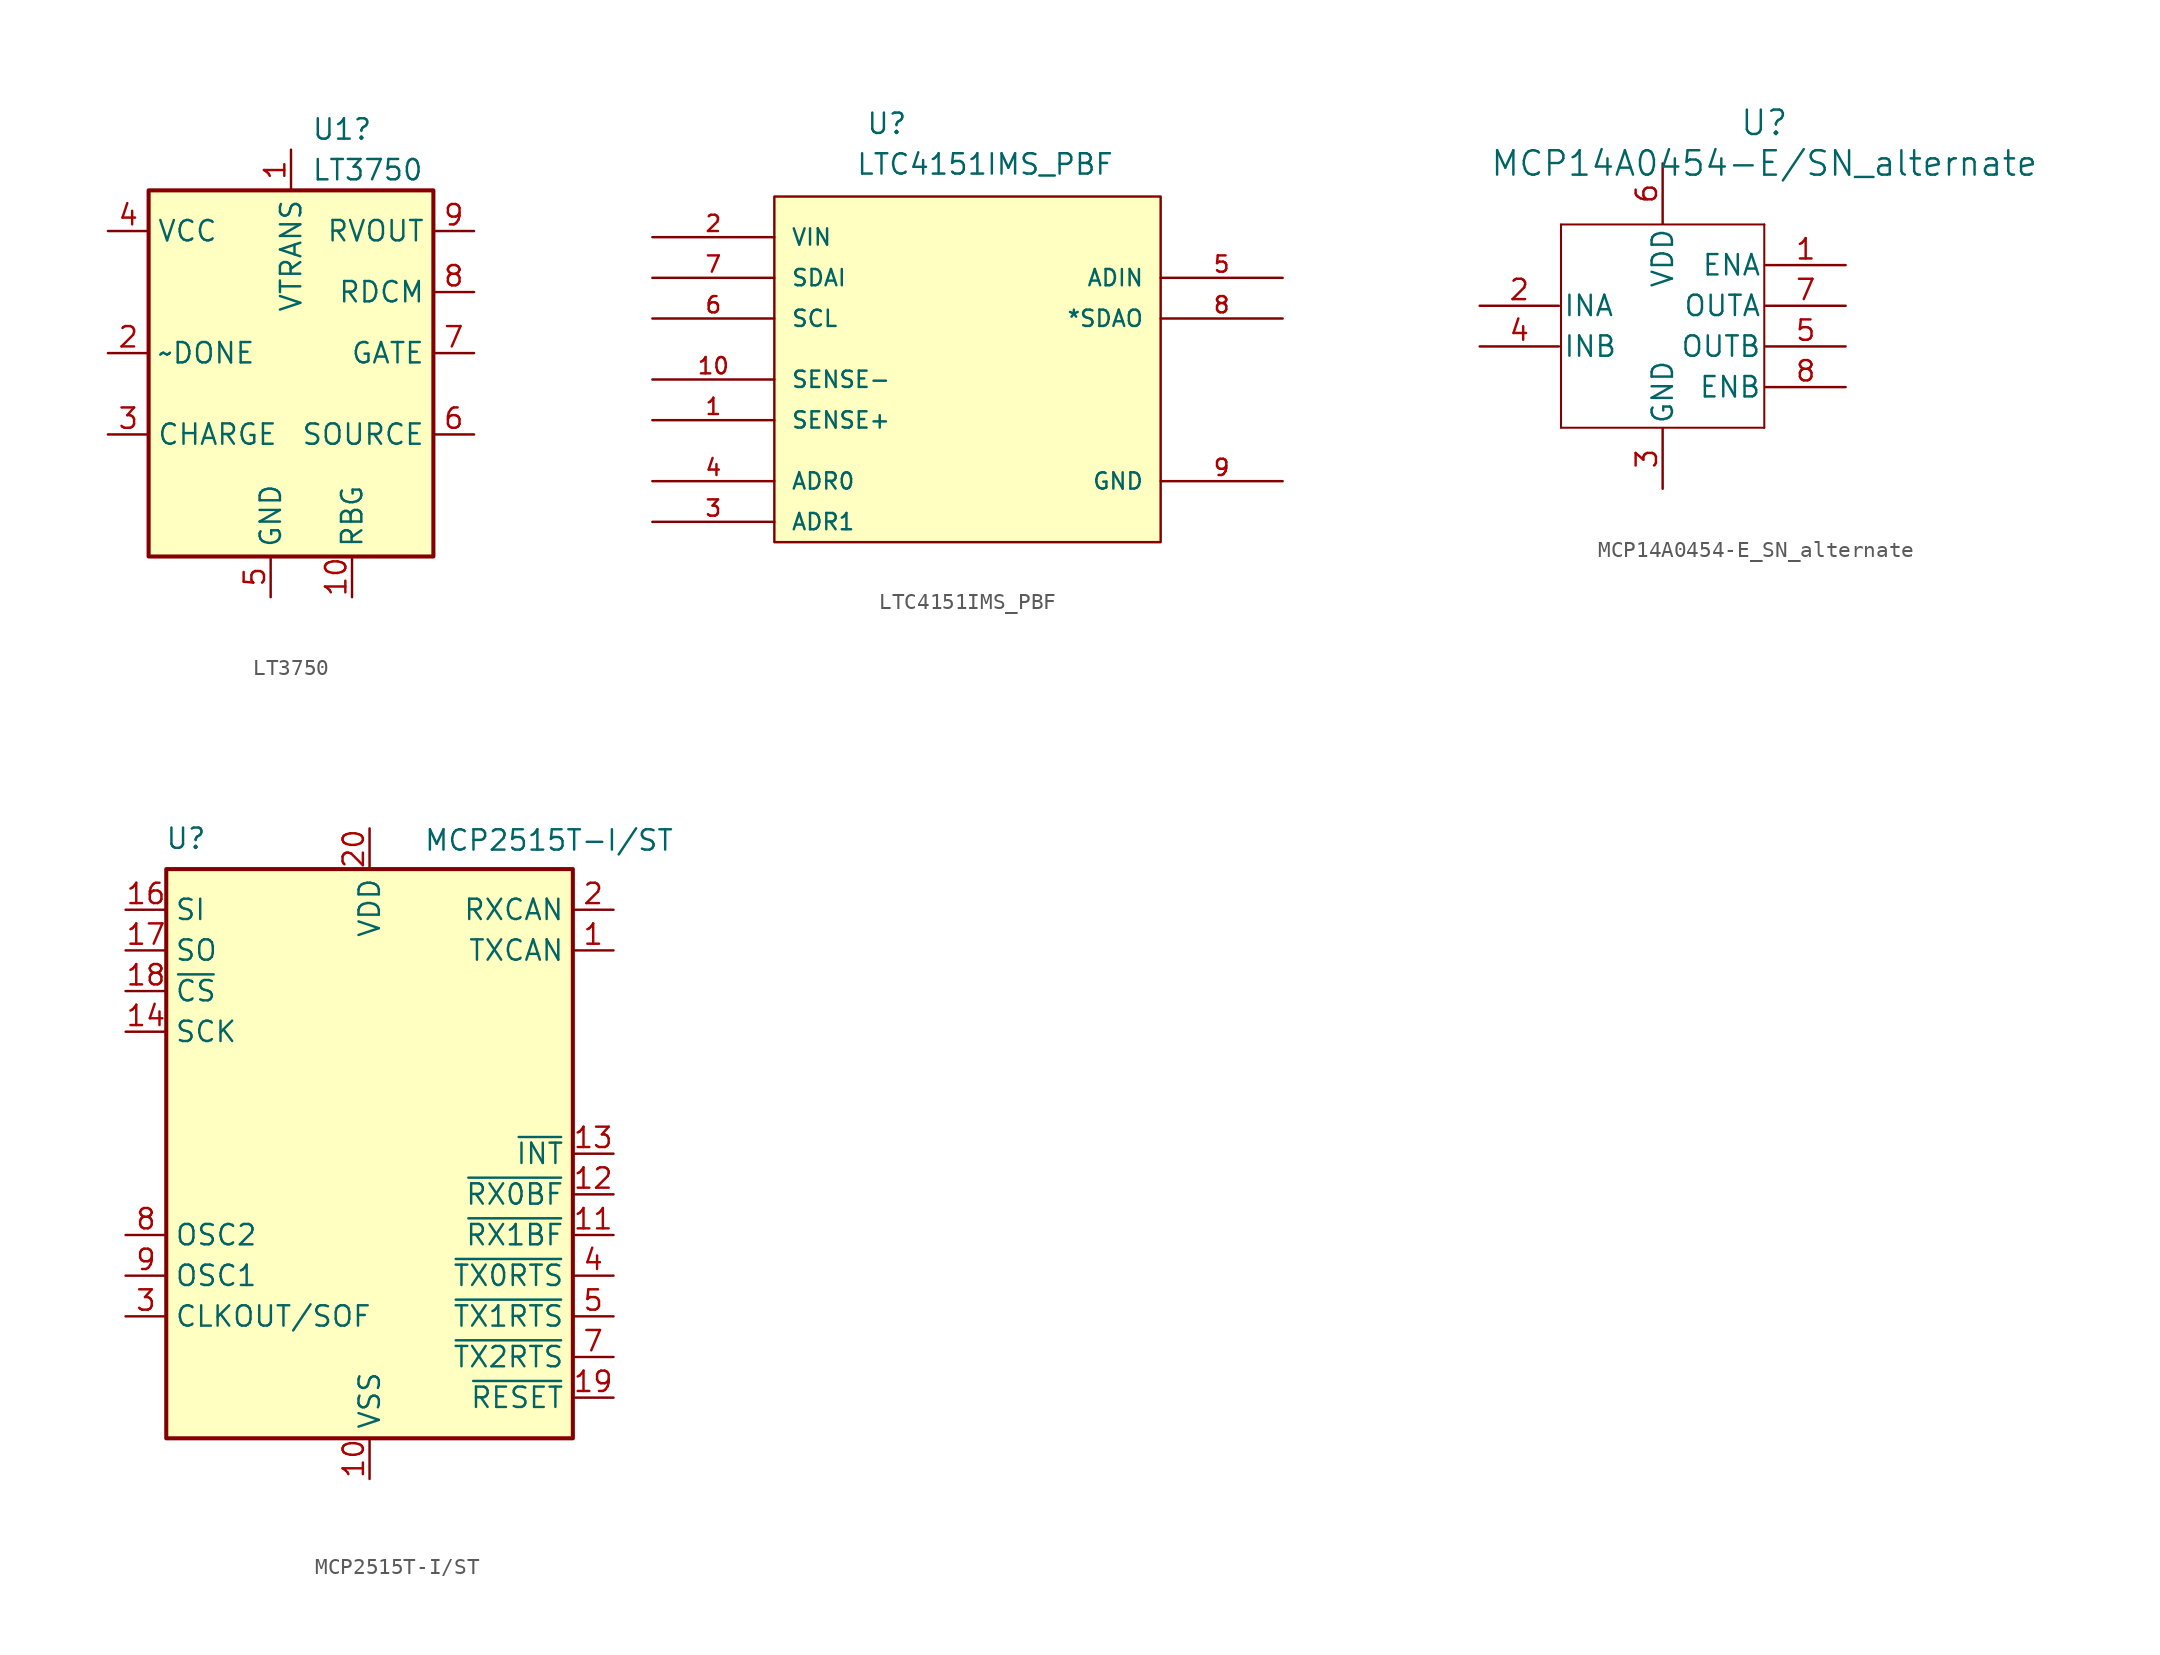
<source format=kicad_sym>
(kicad_symbol_lib
  (version 20241209)
  (generator "kicad_symbol_editor")
  (generator_version "9.0")
  (symbol "LT3750"
    (property "Reference" "U1"
      (at 2.54 13.97 0)
      (effects (font (size 1.27 1.27)) (justify left)))
    (property "Value" "LT3750"
      (at 2.54 11.43 0)
      (effects (font (size 1.27 1.27)) (justify left)))
    (symbol "LT3750_0_1"
      (rectangle (start -7.62 10.16) (end 10.16 -12.7) (stroke (width 0.254) (type default)) (fill (type background))))
    (symbol "LT3750_1_1"
      (pin power_in line (at -10.16 7.62 0) (length 2.54) (name "VCC" (effects (font (size 1.27 1.27)))) (number "4" (effects (font (size 1.27 1.27)))))
      (pin input line (at -10.16 0 0) (length 2.54) (name "~DONE" (effects (font (size 1.27 1.27)))) (number "2" (effects (font (size 1.27 1.27)))))
      (pin input line (at -10.16 -5.08 0) (length 2.54) (name "CHARGE" (effects (font (size 1.27 1.27)))) (number "3" (effects (font (size 1.27 1.27)))))
      (pin power_in line (at 0 -15.24 90) (length 2.54) (name "GND" (effects (font (size 1.27 1.27)))) (number "5" (effects (font (size 1.27 1.27)))))
      (pin output line (at 1.27 12.7 270) (length 2.54) (name "VTRANS" (effects (font (size 1.27 1.27)))) (number "1" (effects (font (size 1.27 1.27)))))
      (pin input line (at 5.08 -15.24 90) (length 2.54) (name "RBG" (effects (font (size 1.27 1.27)))) (number "10" (effects (font (size 1.27 1.27)))))
      (pin input line (at 12.7 7.62 180) (length 2.54) (name "RVOUT" (effects (font (size 1.27 1.27)))) (number "9" (effects (font (size 1.27 1.27)))))
      (pin input line (at 12.7 3.81 180) (length 2.54) (name "RDCM" (effects (font (size 1.27 1.27)))) (number "8" (effects (font (size 1.27 1.27)))))
      (pin output line (at 12.7 0 180) (length 2.54) (name "GATE" (effects (font (size 1.27 1.27)))) (number "7" (effects (font (size 1.27 1.27)))))
      (pin input line (at 12.7 -5.08 180) (length 2.54) (name "SOURCE" (effects (font (size 1.27 1.27)))) (number "6" (effects (font (size 1.27 1.27)))))))
  (symbol "LTC4151IMS_PBF"
    (pin_names
      (offset 1.016))
    (property "Reference" "U"
      (at -5.715 13.97 0)
      (effects (font (size 1.27 1.27)) (justify left bottom)))
    (property "Value" "LTC4151IMS_PBF"
      (at -6.35 11.43 0)
      (effects (font (size 1.27 1.27)) (justify left bottom)))
    (symbol "LTC4151IMS_PBF_0_0"
      (rectangle (start -11.43 10.16) (end 12.7 -11.43) (stroke (width 0.152) (type default)) (fill (type background)))
      (pin input line (at -19.05 7.62 0) (length 7.62) (name "VIN" (effects (font (size 1.016 1.016)))) (number "2" (effects (font (size 1.016 1.016)))))
      (pin input line (at -19.05 5.08 0) (length 7.62) (name "SDAI" (effects (font (size 1.016 1.016)))) (number "7" (effects (font (size 1.016 1.016)))))
      (pin input line (at -19.05 2.54 0) (length 7.62) (name "SCL" (effects (font (size 1.016 1.016)))) (number "6" (effects (font (size 1.016 1.016)))))
      (pin passive line (at -19.05 -1.27 0) (length 7.62) (name "SENSE-" (effects (font (size 1.016 1.016)))) (number "10" (effects (font (size 1.016 1.016)))))
      (pin passive line (at -19.05 -3.81 0) (length 7.62) (name "SENSE+" (effects (font (size 1.016 1.016)))) (number "1" (effects (font (size 1.016 1.016)))))
      (pin input line (at -19.05 -7.62 0) (length 7.62) (name "ADR0" (effects (font (size 1.016 1.016)))) (number "4" (effects (font (size 1.016 1.016)))))
      (pin input line (at -19.05 -10.16 0) (length 7.62) (name "ADR1" (effects (font (size 1.016 1.016)))) (number "3" (effects (font (size 1.016 1.016)))))
      (pin input line (at 20.32 5.08 180) (length 7.62) (name "ADIN" (effects (font (size 1.016 1.016)))) (number "5" (effects (font (size 1.016 1.016)))))
      (pin output line (at 20.32 2.54 180) (length 7.62) (name "*SDAO" (effects (font (size 1.016 1.016)))) (number "8" (effects (font (size 1.016 1.016)))))
      (pin power_in line (at 20.32 -7.62 180) (length 7.62) (name "GND" (effects (font (size 1.016 1.016)))) (number "9" (effects (font (size 1.016 1.016)))))))
  (symbol "MCP14A0454-E_SN_alternate"
    (pin_names
      (offset 0.254))
    (property "Reference" "U"
      (at 20.32 10.16 0)
      (effects (font (size 1.524 1.524))))
    (property "Value" "MCP14A0454-E/SN_alternate"
      (at 20.32 7.62 0)
      (effects (font (size 1.524 1.524))))
    (symbol "MCP14A0454-E_SN_alternate_0_1"
      (polyline (pts (xy 7.62 3.81) (xy 7.62 -8.89)) (stroke (width 0.127) (type default)) (fill (type none)))
      (polyline (pts (xy 7.62 -8.89) (xy 20.32 -8.89)) (stroke (width 0.127) (type default)) (fill (type none)))
      (polyline (pts (xy 20.32 3.81) (xy 7.62 3.81)) (stroke (width 0.127) (type default)) (fill (type none)))
      (polyline (pts (xy 20.32 -8.89) (xy 20.32 3.81)) (stroke (width 0.127) (type default)) (fill (type none))))
    (symbol "MCP14A0454-E_SN_alternate_1_1"
      (pin input line (at 2.54 -1.27 0) (length 4.95) (name "INA" (effects (font (size 1.27 1.27)))) (number "2" (effects (font (size 1.27 1.27)))))
      (pin input line (at 2.54 -3.81 0) (length 4.95) (name "INB" (effects (font (size 1.27 1.27)))) (number "4" (effects (font (size 1.27 1.27)))))
      (pin power_in line (at 13.97 7.62 270) (length 3.75) (name "VDD" (effects (font (size 1.27 1.27)))) (number "6" (effects (font (size 1.27 1.27)))))
      (pin power_out line (at 13.97 -12.7 90) (length 3.75) (name "GND" (effects (font (size 1.27 1.27)))) (number "3" (effects (font (size 1.27 1.27)))))
      (pin input line (at 25.4 1.27 180) (length 4.99) (name "ENA" (effects (font (size 1.27 1.27)))) (number "1" (effects (font (size 1.27 1.27)))))
      (pin output line (at 25.4 -1.27 180) (length 4.99) (name "OUTA" (effects (font (size 1.27 1.27)))) (number "7" (effects (font (size 1.27 1.27)))))
      (pin output line (at 25.4 -3.81 180) (length 4.99) (name "OUTB" (effects (font (size 1.27 1.27)))) (number "5" (effects (font (size 1.27 1.27)))))
      (pin input line (at 25.4 -6.35 180) (length 4.99) (name "ENB" (effects (font (size 1.27 1.27)))) (number "8" (effects (font (size 1.27 1.27)))))))
  (symbol "MCP2515T-I/ST"
    (property "Reference" "U"
      (at -10.16 19.685 0)
      (effects (font (size 1.27 1.27)) (justify right)))
    (property "Value" "MCP2515T-I/ST"
      (at 19.05 20.32 0)
      (effects (font (size 1.27 1.27)) (justify right top)))
    (symbol "MCP2515T-I/ST_0_1"
      (rectangle (start -12.7 17.78) (end 12.7 -17.78) (stroke (width 0.254) (type default)) (fill (type background))))
    (symbol "MCP2515T-I/ST_1_1"
      (pin input line (at -15.24 15.24 0) (length 2.54) (name "SI" (effects (font (size 1.27 1.27)))) (number "16" (effects (font (size 1.27 1.27)))))
      (pin output line (at -15.24 12.7 0) (length 2.54) (name "SO" (effects (font (size 1.27 1.27)))) (number "17" (effects (font (size 1.27 1.27)))))
      (pin input line (at -15.24 10.16 0) (length 2.54) (name "~{CS}" (effects (font (size 1.27 1.27)))) (number "18" (effects (font (size 1.27 1.27)))))
      (pin input line (at -15.24 7.62 0) (length 2.54) (name "SCK" (effects (font (size 1.27 1.27)))) (number "14" (effects (font (size 1.27 1.27)))))
      (pin output line (at -15.24 -5.08 0) (length 2.54) (name "OSC2" (effects (font (size 1.27 1.27)))) (number "8" (effects (font (size 1.27 1.27)))))
      (pin input line (at -15.24 -7.62 0) (length 2.54) (name "OSC1" (effects (font (size 1.27 1.27)))) (number "9" (effects (font (size 1.27 1.27)))))
      (pin output line (at -15.24 -10.16 0) (length 2.54) (name "CLKOUT/SOF" (effects (font (size 1.27 1.27)))) (number "3" (effects (font (size 1.27 1.27)))))
      (pin no_connect line (at -12.7 0 0) (length 2.54) (hide yes) (name "NC" (effects (font (size 1.27 1.27)))) (number "6" (effects (font (size 1.27 1.27)))))
      (pin no_connect line (at -12.7 -2.54 0) (length 2.54) (hide yes) (name "NC" (effects (font (size 1.27 1.27)))) (number "15" (effects (font (size 1.27 1.27)))))
      (pin power_in line (at 0 20.32 270) (length 2.54) (name "VDD" (effects (font (size 1.27 1.27)))) (number "20" (effects (font (size 1.27 1.27)))))
      (pin power_in line (at 0 -20.32 90) (length 2.54) (name "VSS" (effects (font (size 1.27 1.27)))) (number "10" (effects (font (size 1.27 1.27)))))
      (pin input line (at 15.24 15.24 180) (length 2.54) (name "RXCAN" (effects (font (size 1.27 1.27)))) (number "2" (effects (font (size 1.27 1.27)))))
      (pin output line (at 15.24 12.7 180) (length 2.54) (name "TXCAN" (effects (font (size 1.27 1.27)))) (number "1" (effects (font (size 1.27 1.27)))))
      (pin output line (at 15.24 0 180) (length 2.54) (name "~{INT}" (effects (font (size 1.27 1.27)))) (number "13" (effects (font (size 1.27 1.27)))))
      (pin output line (at 15.24 -2.54 180) (length 2.54) (name "~{RX0BF}" (effects (font (size 1.27 1.27)))) (number "12" (effects (font (size 1.27 1.27)))))
      (pin output line (at 15.24 -5.08 180) (length 2.54) (name "~{RX1BF}" (effects (font (size 1.27 1.27)))) (number "11" (effects (font (size 1.27 1.27)))))
      (pin input line (at 15.24 -7.62 180) (length 2.54) (name "~{TX0RTS}" (effects (font (size 1.27 1.27)))) (number "4" (effects (font (size 1.27 1.27)))))
      (pin input line (at 15.24 -10.16 180) (length 2.54) (name "~{TX1RTS}" (effects (font (size 1.27 1.27)))) (number "5" (effects (font (size 1.27 1.27)))))
      (pin input line (at 15.24 -12.7 180) (length 2.54) (name "~{TX2RTS}" (effects (font (size 1.27 1.27)))) (number "7" (effects (font (size 1.27 1.27)))))
      (pin input line (at 15.24 -15.24 180) (length 2.54) (name "~{RESET}" (effects (font (size 1.27 1.27)))) (number "19" (effects (font (size 1.27 1.27))))))))
</source>
